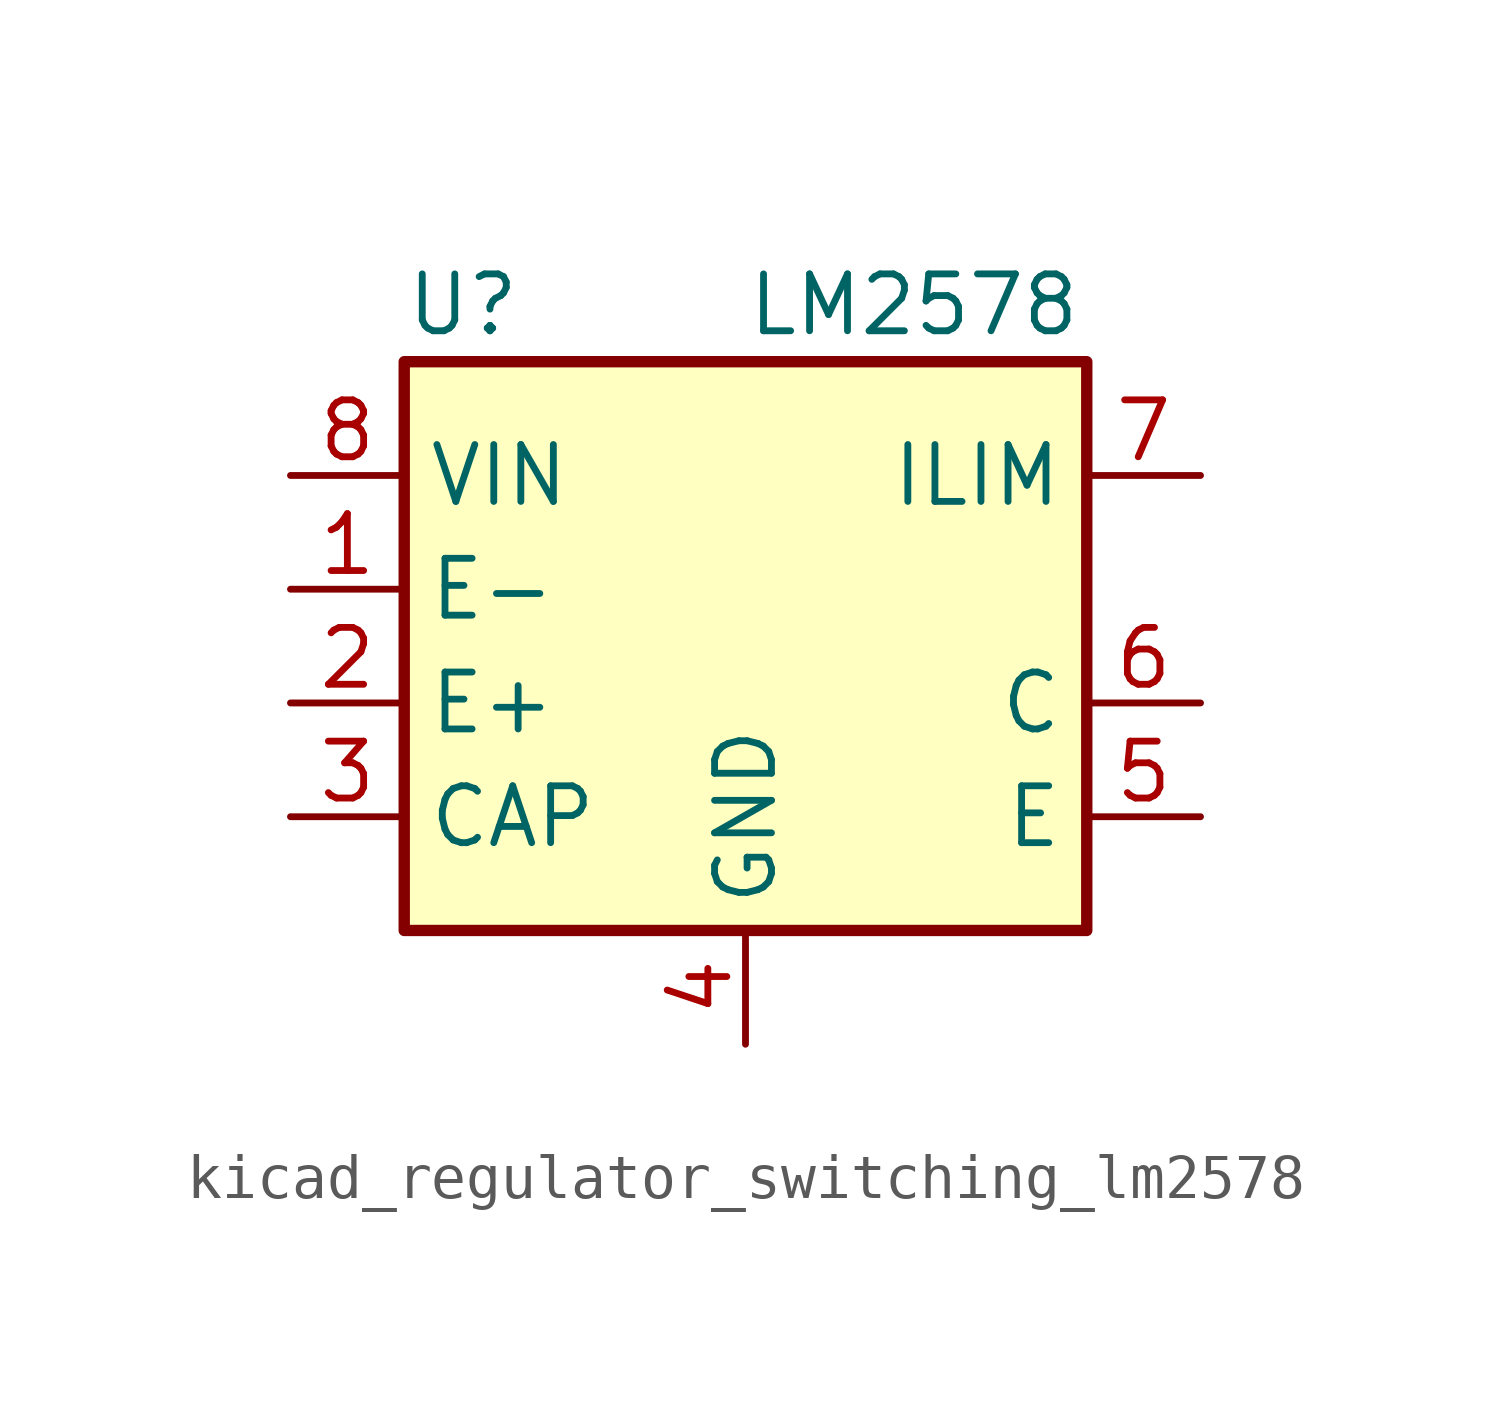
<source format=kicad_sym>
(kicad_symbol_lib
  (version 20220914)
  (generator kicad_symbol_editor)
  (symbol "kicad_regulator_switching_lm2578"
    (property "Reference" "U"
      (at -7.62 8.89 0)
      (effects (font (size 1.27 1.27)) (justify left)))
    (property "Value" "LM2578"
      (at 0 8.89 0)
      (effects (font (size 1.27 1.27)) (justify left)))
    (symbol "kicad_regulator_switching_lm2578_0_1"
      (rectangle (start -7.62 -5.08) (end 7.62 7.62) (stroke (width 0.254) (type default)) (fill (type background))))
    (symbol "kicad_regulator_switching_lm2578_1_1"
      (pin input line (at -10.16 2.54 0) (length 2.54) (name "E-" (effects (font (size 1.27 1.27)))) (number "1" (effects (font (size 1.27 1.27)))))
      (pin input line (at -10.16 0 0) (length 2.54) (name "E+" (effects (font (size 1.27 1.27)))) (number "2" (effects (font (size 1.27 1.27)))))
      (pin input line (at -10.16 -2.54 0) (length 2.54) (name "CAP" (effects (font (size 1.27 1.27)))) (number "3" (effects (font (size 1.27 1.27)))))
      (pin power_in line (at 0 -7.62 90) (length 2.54) (name "GND" (effects (font (size 1.27 1.27)))) (number "4" (effects (font (size 1.27 1.27)))))
      (pin open_emitter line (at 10.16 -2.54 180) (length 2.54) (name "E" (effects (font (size 1.27 1.27)))) (number "5" (effects (font (size 1.27 1.27)))))
      (pin open_collector line (at 10.16 0 180) (length 2.54) (name "C" (effects (font (size 1.27 1.27)))) (number "6" (effects (font (size 1.27 1.27)))))
      (pin input line (at 10.16 5.08 180) (length 2.54) (name "ILIM" (effects (font (size 1.27 1.27)))) (number "7" (effects (font (size 1.27 1.27)))))
      (pin power_in line (at -10.16 5.08 0) (length 2.54) (name "VIN" (effects (font (size 1.27 1.27)))) (number "8" (effects (font (size 1.27 1.27))))))))
</source>
